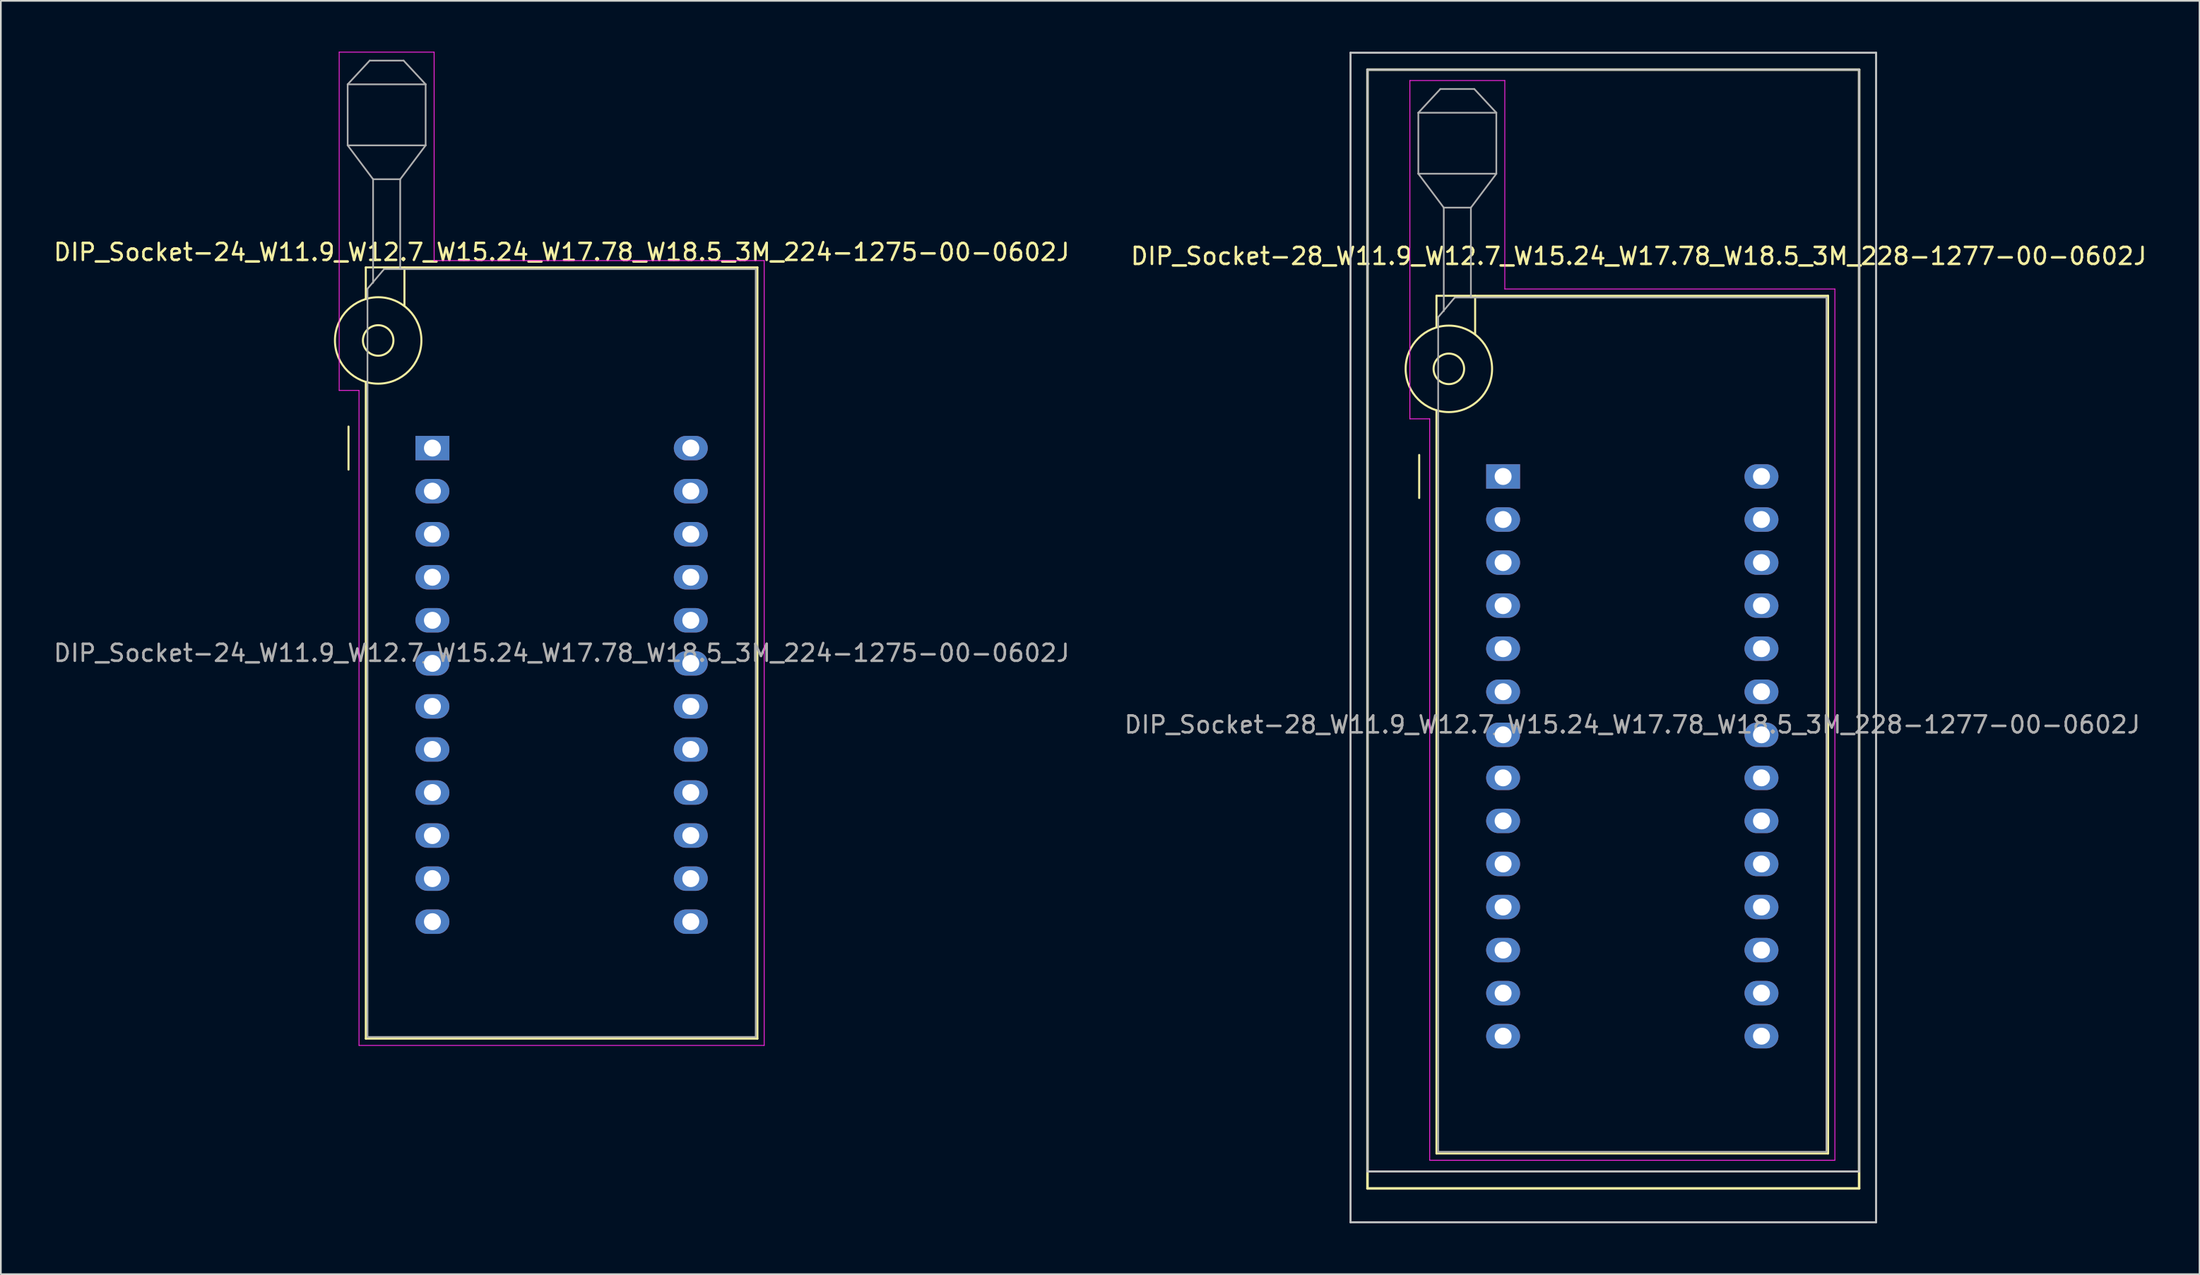
<source format=kicad_pcb>
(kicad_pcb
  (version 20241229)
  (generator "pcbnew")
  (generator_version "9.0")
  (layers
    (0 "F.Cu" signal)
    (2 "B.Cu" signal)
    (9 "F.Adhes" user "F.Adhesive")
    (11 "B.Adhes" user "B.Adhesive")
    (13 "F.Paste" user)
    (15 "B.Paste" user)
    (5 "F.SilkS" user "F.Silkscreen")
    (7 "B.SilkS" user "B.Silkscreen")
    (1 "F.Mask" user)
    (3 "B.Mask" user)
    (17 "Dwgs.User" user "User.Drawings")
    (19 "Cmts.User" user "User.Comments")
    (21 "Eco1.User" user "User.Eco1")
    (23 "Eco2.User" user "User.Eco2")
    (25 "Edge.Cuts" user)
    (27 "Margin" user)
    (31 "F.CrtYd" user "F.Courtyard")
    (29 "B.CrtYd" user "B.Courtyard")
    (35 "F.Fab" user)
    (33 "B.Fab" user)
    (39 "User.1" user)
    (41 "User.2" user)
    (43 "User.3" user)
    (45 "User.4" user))
  (footprint "DIP_Socket-24_W11.9_W12.7_W15.24_W17.78_W18.5_3M_224-1275-00-0602J"
    (layer "F.Cu")
    (at 22.457 23.385)
    (property "Reference" "DIP_Socket-24_W11.9_W12.7_W15.24_W17.78_W18.5_3M_224-1275-00-0602J" (at 7.62 -11.56 0) (layer "F.SilkS") (effects (font (size 1 1) (thickness 0.15))))
    (attr through_hole)
    (fp_line (start -4.95 1.27) (end -4.95 -1.27) (stroke (width 0.12) (type solid)) (layer "F.SilkS"))
    (fp_line (start -3.93 -10.66) (end -3.93 -8.8) (stroke (width 0.12) (type solid)) (layer "F.SilkS"))
    (fp_line (start -3.93 -3.9) (end -3.93 34.84) (stroke (width 0.12) (type solid)) (layer "F.SilkS"))
    (fp_line (start -3.93 34.84) (end 19.17 34.84) (stroke (width 0.12) (type solid)) (layer "F.SilkS"))
    (fp_line (start -1.65 -10.66) (end -1.65 -8.4) (stroke (width 0.12) (type solid)) (layer "F.SilkS"))
    (fp_line (start 19.17 -10.66) (end -3.93 -10.66) (stroke (width 0.12) (type solid)) (layer "F.SilkS"))
    (fp_line (start 19.17 34.84) (end 19.17 -10.66) (stroke (width 0.12) (type solid)) (layer "F.SilkS"))
    (fp_circle (center -3.2 -6.35) (end -2.3 -6.35) (stroke (width 0.12) (type solid)) (fill no) (layer "F.SilkS"))
    (fp_circle (center -3.2 -6.35) (end -0.65 -6.35) (stroke (width 0.12) (type solid)) (fill no) (layer "F.SilkS"))
    (fp_line (start -5.5 -23.36) (end 0.1 -23.36) (stroke (width 0.05) (type solid)) (layer "F.CrtYd"))
    (fp_line (start -5.5 -3.4) (end -5.5 -23.36) (stroke (width 0.05) (type solid)) (layer "F.CrtYd"))
    (fp_line (start -4.33 -3.4) (end -5.5 -3.4) (stroke (width 0.05) (type solid)) (layer "F.CrtYd"))
    (fp_line (start -4.33 35.24) (end -4.33 -3.4) (stroke (width 0.05) (type solid)) (layer "F.CrtYd"))
    (fp_line (start 0.1 -23.36) (end 0.1 -11.06) (stroke (width 0.05) (type solid)) (layer "F.CrtYd"))
    (fp_line (start 0.1 -11.06) (end 19.57 -11.06) (stroke (width 0.05) (type solid)) (layer "F.CrtYd"))
    (fp_line (start 19.57 -11.06) (end 19.57 35.24) (stroke (width 0.05) (type solid)) (layer "F.CrtYd"))
    (fp_line (start 19.57 35.24) (end -4.33 35.24) (stroke (width 0.05) (type solid)) (layer "F.CrtYd"))
    (fp_line (start -5 -21.46) (end -5 -17.86) (stroke (width 0.1) (type solid)) (layer "F.Fab"))
    (fp_line (start -5 -21.46) (end -3.7 -22.86) (stroke (width 0.1) (type solid)) (layer "F.Fab"))
    (fp_line (start -5 -17.86) (end -3.5 -15.86) (stroke (width 0.1) (type solid)) (layer "F.Fab"))
    (fp_line (start -5 -17.86) (end -0.4 -17.86) (stroke (width 0.1) (type solid)) (layer "F.Fab"))
    (fp_line (start -3.83 -9.4) (end -2.85 -10.56) (stroke (width 0.1) (type solid)) (layer "F.Fab"))
    (fp_line (start -3.83 34.74) (end -3.83 -9.4) (stroke (width 0.1) (type solid)) (layer "F.Fab"))
    (fp_line (start -3.7 -22.86) (end -1.7 -22.86) (stroke (width 0.1) (type solid)) (layer "F.Fab"))
    (fp_line (start -3.5 -15.86) (end -1.9 -15.86) (stroke (width 0.1) (type solid)) (layer "F.Fab"))
    (fp_line (start -3.5 -9.75) (end -3.5 -15.86) (stroke (width 0.1) (type solid)) (layer "F.Fab"))
    (fp_line (start -2.85 -10.56) (end 19.07 -10.56) (stroke (width 0.1) (type solid)) (layer "F.Fab"))
    (fp_line (start -1.9 -15.86) (end -1.9 -10.56) (stroke (width 0.1) (type solid)) (layer "F.Fab"))
    (fp_line (start -1.7 -22.86) (end -0.4 -21.46) (stroke (width 0.1) (type solid)) (layer "F.Fab"))
    (fp_line (start -0.4 -21.46) (end -5 -21.46) (stroke (width 0.1) (type solid)) (layer "F.Fab"))
    (fp_line (start -0.4 -17.86) (end -1.9 -15.86) (stroke (width 0.1) (type solid)) (layer "F.Fab"))
    (fp_line (start -0.4 -17.86) (end -0.4 -21.46) (stroke (width 0.1) (type solid)) (layer "F.Fab"))
    (fp_line (start 19.07 -10.56) (end 19.07 34.74) (stroke (width 0.1) (type solid)) (layer "F.Fab"))
    (fp_line (start 19.07 34.74) (end -3.83 34.74) (stroke (width 0.1) (type solid)) (layer "F.Fab"))
    (fp_text user "${REFERENCE}" (at 7.62 12.09 0) (layer "F.Fab") (effects (font (size 1 1) (thickness 0.15))))
    (pad "1" thru_hole rect (at 0 0) (size 2 1.44) (drill 1) (layers "*.Cu" "*.Mask"))
    (pad "2" thru_hole oval (at 0 2.54) (size 2 1.44) (drill 1) (layers "*.Cu" "*.Mask"))
    (pad "3" thru_hole oval (at 0 5.08) (size 2 1.44) (drill 1) (layers "*.Cu" "*.Mask"))
    (pad "4" thru_hole oval (at 0 7.62) (size 2 1.44) (drill 1) (layers "*.Cu" "*.Mask"))
    (pad "5" thru_hole oval (at 0 10.16) (size 2 1.44) (drill 1) (layers "*.Cu" "*.Mask"))
    (pad "6" thru_hole oval (at 0 12.7) (size 2 1.44) (drill 1) (layers "*.Cu" "*.Mask"))
    (pad "7" thru_hole oval (at 0 15.24) (size 2 1.44) (drill 1) (layers "*.Cu" "*.Mask"))
    (pad "8" thru_hole oval (at 0 17.78) (size 2 1.44) (drill 1) (layers "*.Cu" "*.Mask"))
    (pad "9" thru_hole oval (at 0 20.32) (size 2 1.44) (drill 1) (layers "*.Cu" "*.Mask"))
    (pad "10" thru_hole oval (at 0 22.86) (size 2 1.44) (drill 1) (layers "*.Cu" "*.Mask"))
    (pad "11" thru_hole oval (at 0 25.4) (size 2 1.44) (drill 1) (layers "*.Cu" "*.Mask"))
    (pad "12" thru_hole oval (at 0 27.94) (size 2 1.44) (drill 1) (layers "*.Cu" "*.Mask"))
    (pad "13" thru_hole oval (at 15.24 27.94) (size 2 1.44) (drill 1) (layers "*.Cu" "*.Mask"))
    (pad "14" thru_hole oval (at 15.24 25.4) (size 2 1.44) (drill 1) (layers "*.Cu" "*.Mask"))
    (pad "15" thru_hole oval (at 15.24 22.86) (size 2 1.44) (drill 1) (layers "*.Cu" "*.Mask"))
    (pad "16" thru_hole oval (at 15.24 20.32) (size 2 1.44) (drill 1) (layers "*.Cu" "*.Mask"))
    (pad "17" thru_hole oval (at 15.24 17.78) (size 2 1.44) (drill 1) (layers "*.Cu" "*.Mask"))
    (pad "18" thru_hole oval (at 15.24 15.24) (size 2 1.44) (drill 1) (layers "*.Cu" "*.Mask"))
    (pad "19" thru_hole oval (at 15.24 12.7) (size 2 1.44) (drill 1) (layers "*.Cu" "*.Mask"))
    (pad "20" thru_hole oval (at 15.24 10.16) (size 2 1.44) (drill 1) (layers "*.Cu" "*.Mask"))
    (pad "21" thru_hole oval (at 15.24 7.62) (size 2 1.44) (drill 1) (layers "*.Cu" "*.Mask"))
    (pad "22" thru_hole oval (at 15.24 5.08) (size 2 1.44) (drill 1) (layers "*.Cu" "*.Mask"))
    (pad "23" thru_hole oval (at 15.24 2.54) (size 2 1.44) (drill 1) (layers "*.Cu" "*.Mask"))
    (pad "24" thru_hole oval (at 15.24 0) (size 2 1.44) (drill 1) (layers "*.Cu" "*.Mask")))
  (footprint "DIP_Socket-28_W11.9_W12.7_W15.24_W17.78_W18.5_3M_228-1277-00-0602J"
    (layer "F.Cu")
    (at 85.612 25.06)
    (property "Reference" "DIP_Socket-28_W11.9_W12.7_W15.24_W17.78_W18.5_3M_228-1277-00-0602J" (at 8 -13 0) (layer "F.SilkS") (effects (font (size 1 1) (thickness 0.15))))
    (attr through_hole)
    (fp_line (start -8 -24) (end 21 -24) (stroke (width 0.15) (type solid)) (layer "F.SilkS"))
    (fp_line (start -8 42) (end -8 -24) (stroke (width 0.15) (type solid)) (layer "F.SilkS"))
    (fp_line (start -4.95 1.27) (end -4.95 -1.27) (stroke (width 0.12) (type solid)) (layer "F.SilkS"))
    (fp_line (start -3.93 -10.66) (end -3.93 -8.8) (stroke (width 0.12) (type solid)) (layer "F.SilkS"))
    (fp_line (start -3.93 -3.9) (end -3.93 39.94) (stroke (width 0.12) (type solid)) (layer "F.SilkS"))
    (fp_line (start -3.93 39.94) (end 19.17 39.94) (stroke (width 0.12) (type solid)) (layer "F.SilkS"))
    (fp_line (start -1.65 -10.66) (end -1.65 -8.4) (stroke (width 0.12) (type solid)) (layer "F.SilkS"))
    (fp_line (start 19.17 -10.66) (end -3.93 -10.66) (stroke (width 0.12) (type solid)) (layer "F.SilkS"))
    (fp_line (start 19.17 39.94) (end 19.17 -10.66) (stroke (width 0.12) (type solid)) (layer "F.SilkS"))
    (fp_line (start 21 -24) (end 21 42) (stroke (width 0.15) (type solid)) (layer "F.SilkS"))
    (fp_line (start 21 42) (end -8 42) (stroke (width 0.15) (type solid)) (layer "F.SilkS"))
    (fp_circle (center -3.2 -6.35) (end -2.3 -6.35) (stroke (width 0.12) (type solid)) (fill no) (layer "F.SilkS"))
    (fp_circle (center -3.2 -6.35) (end -0.65 -6.35) (stroke (width 0.12) (type solid)) (fill no) (layer "F.SilkS"))
    (fp_line (start -9 -25) (end -9 44) (stroke (width 0.12) (type solid)) (layer "Dwgs.User"))
    (fp_line (start -9 44) (end 22 44) (stroke (width 0.12) (type solid)) (layer "Dwgs.User"))
    (fp_line (start -8 -24) (end 21 -24) (stroke (width 0.12) (type solid)) (layer "Dwgs.User"))
    (fp_line (start -8 41) (end -8 -24) (stroke (width 0.12) (type solid)) (layer "Dwgs.User"))
    (fp_line (start 21 -24) (end 21 41) (stroke (width 0.12) (type solid)) (layer "Dwgs.User"))
    (fp_line (start 21 41) (end -8 41) (stroke (width 0.12) (type solid)) (layer "Dwgs.User"))
    (fp_line (start 22 -25) (end -9 -25) (stroke (width 0.12) (type solid)) (layer "Dwgs.User"))
    (fp_line (start 22 44) (end 22 -25) (stroke (width 0.12) (type solid)) (layer "Dwgs.User"))
    (fp_line (start -5.5 -23.36) (end 0.1 -23.36) (stroke (width 0.05) (type solid)) (layer "F.CrtYd"))
    (fp_line (start -5.5 -3.4) (end -5.5 -23.36) (stroke (width 0.05) (type solid)) (layer "F.CrtYd"))
    (fp_line (start -4.33 -3.4) (end -5.5 -3.4) (stroke (width 0.05) (type solid)) (layer "F.CrtYd"))
    (fp_line (start -4.33 40.34) (end -4.33 -3.4) (stroke (width 0.05) (type solid)) (layer "F.CrtYd"))
    (fp_line (start 0.1 -23.36) (end 0.1 -11.06) (stroke (width 0.05) (type solid)) (layer "F.CrtYd"))
    (fp_line (start 0.1 -11.06) (end 19.57 -11.06) (stroke (width 0.05) (type solid)) (layer "F.CrtYd"))
    (fp_line (start 19.57 -11.06) (end 19.57 40.34) (stroke (width 0.05) (type solid)) (layer "F.CrtYd"))
    (fp_line (start 19.57 40.34) (end -4.33 40.34) (stroke (width 0.05) (type solid)) (layer "F.CrtYd"))
    (fp_line (start -5 -21.46) (end -5 -17.86) (stroke (width 0.1) (type solid)) (layer "F.Fab"))
    (fp_line (start -5 -21.46) (end -3.7 -22.86) (stroke (width 0.1) (type solid)) (layer "F.Fab"))
    (fp_line (start -5 -17.86) (end -3.5 -15.86) (stroke (width 0.1) (type solid)) (layer "F.Fab"))
    (fp_line (start -5 -17.86) (end -0.4 -17.86) (stroke (width 0.1) (type solid)) (layer "F.Fab"))
    (fp_line (start -3.83 -9.4) (end -2.85 -10.56) (stroke (width 0.1) (type solid)) (layer "F.Fab"))
    (fp_line (start -3.83 39.84) (end -3.83 -9.4) (stroke (width 0.1) (type solid)) (layer "F.Fab"))
    (fp_line (start -3.7 -22.86) (end -1.7 -22.86) (stroke (width 0.1) (type solid)) (layer "F.Fab"))
    (fp_line (start -3.5 -15.86) (end -1.9 -15.86) (stroke (width 0.1) (type solid)) (layer "F.Fab"))
    (fp_line (start -3.5 -9.75) (end -3.5 -15.86) (stroke (width 0.1) (type solid)) (layer "F.Fab"))
    (fp_line (start -2.85 -10.56) (end 19.07 -10.56) (stroke (width 0.1) (type solid)) (layer "F.Fab"))
    (fp_line (start -1.9 -15.86) (end -1.9 -10.56) (stroke (width 0.1) (type solid)) (layer "F.Fab"))
    (fp_line (start -1.7 -22.86) (end -0.4 -21.46) (stroke (width 0.1) (type solid)) (layer "F.Fab"))
    (fp_line (start -0.4 -21.46) (end -5 -21.46) (stroke (width 0.1) (type solid)) (layer "F.Fab"))
    (fp_line (start -0.4 -17.86) (end -1.9 -15.86) (stroke (width 0.1) (type solid)) (layer "F.Fab"))
    (fp_line (start -0.4 -17.86) (end -0.4 -21.46) (stroke (width 0.1) (type solid)) (layer "F.Fab"))
    (fp_line (start 19.07 -10.56) (end 19.07 39.84) (stroke (width 0.1) (type solid)) (layer "F.Fab"))
    (fp_line (start 19.07 39.84) (end -3.83 39.84) (stroke (width 0.1) (type solid)) (layer "F.Fab"))
    (fp_text user "${REFERENCE}" (at 7.62 14.64 0) (layer "F.Fab") (effects (font (size 1 1) (thickness 0.15))))
    (pad "1" thru_hole rect (at 0 0) (size 2 1.44) (drill 1) (layers "*.Cu" "*.Mask"))
    (pad "2" thru_hole oval (at 0 2.54) (size 2 1.44) (drill 1) (layers "*.Cu" "*.Mask"))
    (pad "3" thru_hole oval (at 0 5.08) (size 2 1.44) (drill 1) (layers "*.Cu" "*.Mask"))
    (pad "4" thru_hole oval (at 0 7.62) (size 2 1.44) (drill 1) (layers "*.Cu" "*.Mask"))
    (pad "5" thru_hole oval (at 0 10.16) (size 2 1.44) (drill 1) (layers "*.Cu" "*.Mask"))
    (pad "6" thru_hole oval (at 0 12.7) (size 2 1.44) (drill 1) (layers "*.Cu" "*.Mask"))
    (pad "7" thru_hole oval (at 0 15.24) (size 2 1.44) (drill 1) (layers "*.Cu" "*.Mask"))
    (pad "8" thru_hole oval (at 0 17.78) (size 2 1.44) (drill 1) (layers "*.Cu" "*.Mask"))
    (pad "9" thru_hole oval (at 0 20.32) (size 2 1.44) (drill 1) (layers "*.Cu" "*.Mask"))
    (pad "10" thru_hole oval (at 0 22.86) (size 2 1.44) (drill 1) (layers "*.Cu" "*.Mask"))
    (pad "11" thru_hole oval (at 0 25.4) (size 2 1.44) (drill 1) (layers "*.Cu" "*.Mask"))
    (pad "12" thru_hole oval (at 0 27.94) (size 2 1.44) (drill 1) (layers "*.Cu" "*.Mask"))
    (pad "13" thru_hole oval (at 0 30.48) (size 2 1.44) (drill 1) (layers "*.Cu" "*.Mask"))
    (pad "14" thru_hole oval (at 0 33.02) (size 2 1.44) (drill 1) (layers "*.Cu" "*.Mask"))
    (pad "15" thru_hole oval (at 15.24 33.02) (size 2 1.44) (drill 1) (layers "*.Cu" "*.Mask"))
    (pad "16" thru_hole oval (at 15.24 30.48) (size 2 1.44) (drill 1) (layers "*.Cu" "*.Mask"))
    (pad "17" thru_hole oval (at 15.24 27.94) (size 2 1.44) (drill 1) (layers "*.Cu" "*.Mask"))
    (pad "18" thru_hole oval (at 15.24 25.4) (size 2 1.44) (drill 1) (layers "*.Cu" "*.Mask"))
    (pad "19" thru_hole oval (at 15.24 22.86) (size 2 1.44) (drill 1) (layers "*.Cu" "*.Mask"))
    (pad "20" thru_hole oval (at 15.24 20.32) (size 2 1.44) (drill 1) (layers "*.Cu" "*.Mask"))
    (pad "21" thru_hole oval (at 15.24 17.78) (size 2 1.44) (drill 1) (layers "*.Cu" "*.Mask"))
    (pad "22" thru_hole oval (at 15.24 15.24) (size 2 1.44) (drill 1) (layers "*.Cu" "*.Mask"))
    (pad "23" thru_hole oval (at 15.24 12.7) (size 2 1.44) (drill 1) (layers "*.Cu" "*.Mask"))
    (pad "24" thru_hole oval (at 15.24 10.16) (size 2 1.44) (drill 1) (layers "*.Cu" "*.Mask"))
    (pad "25" thru_hole oval (at 15.24 7.62) (size 2 1.44) (drill 1) (layers "*.Cu" "*.Mask"))
    (pad "26" thru_hole oval (at 15.24 5.08) (size 2 1.44) (drill 1) (layers "*.Cu" "*.Mask"))
    (pad "27" thru_hole oval (at 15.24 2.54) (size 2 1.44) (drill 1) (layers "*.Cu" "*.Mask"))
    (pad "28" thru_hole oval (at 15.24 0) (size 2 1.44) (drill 1) (layers "*.Cu" "*.Mask")))
  (gr_rect
    (start -3 -3)
    (end 126.69 72.12)
    (stroke (width 0.1) (type default))
    (fill no)
    (layer "Edge.Cuts")))
</source>
